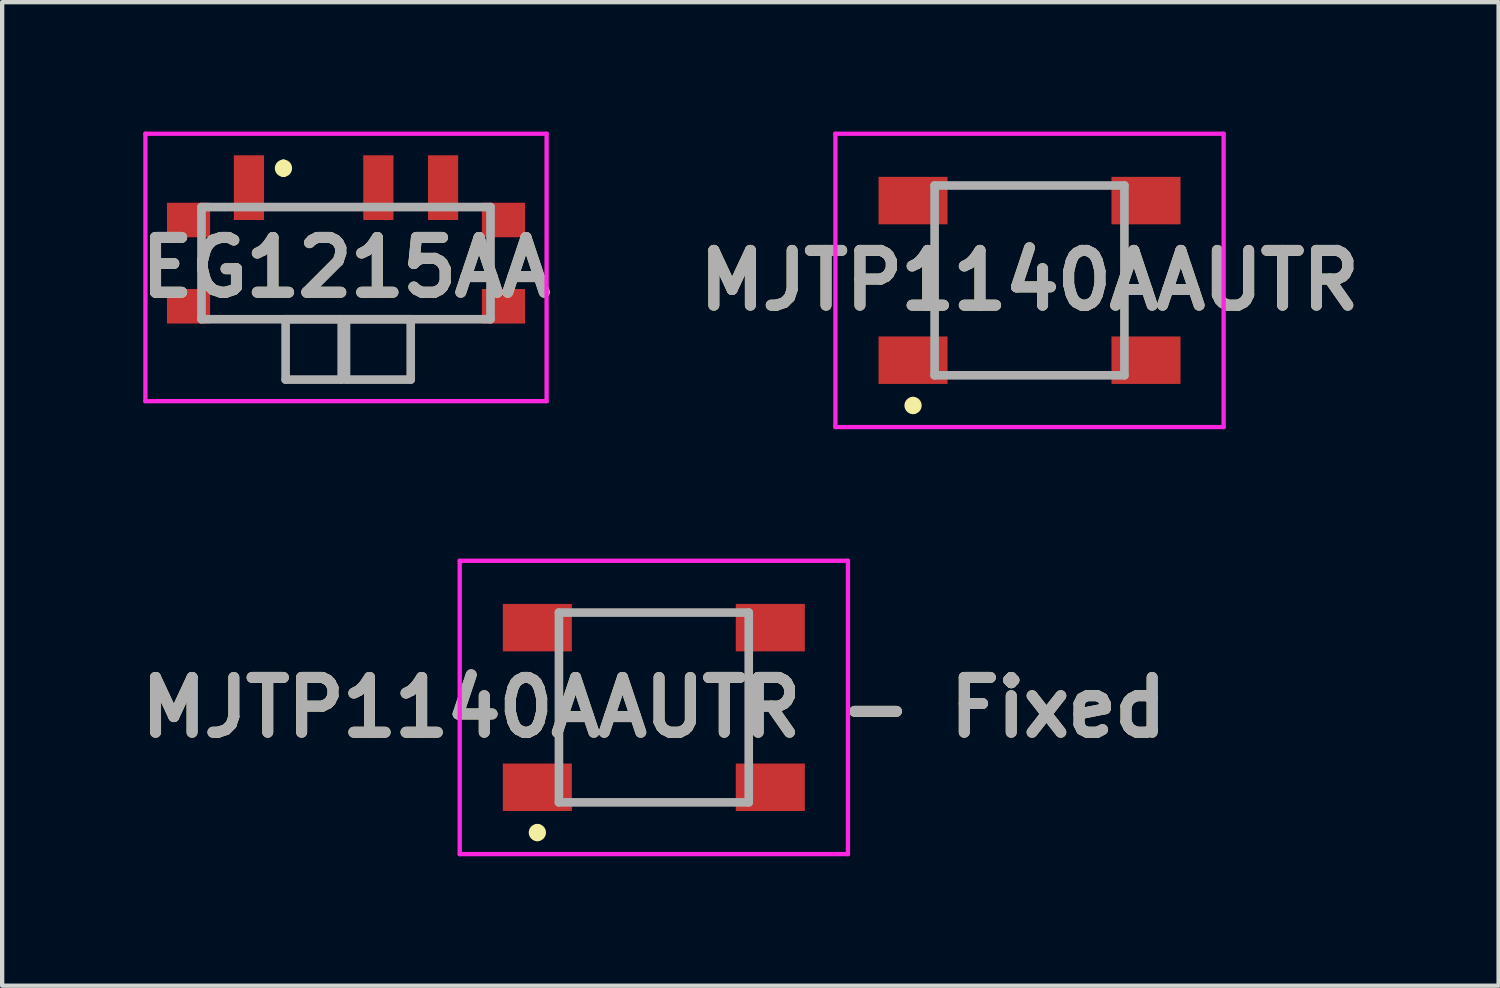
<source format=kicad_pcb>
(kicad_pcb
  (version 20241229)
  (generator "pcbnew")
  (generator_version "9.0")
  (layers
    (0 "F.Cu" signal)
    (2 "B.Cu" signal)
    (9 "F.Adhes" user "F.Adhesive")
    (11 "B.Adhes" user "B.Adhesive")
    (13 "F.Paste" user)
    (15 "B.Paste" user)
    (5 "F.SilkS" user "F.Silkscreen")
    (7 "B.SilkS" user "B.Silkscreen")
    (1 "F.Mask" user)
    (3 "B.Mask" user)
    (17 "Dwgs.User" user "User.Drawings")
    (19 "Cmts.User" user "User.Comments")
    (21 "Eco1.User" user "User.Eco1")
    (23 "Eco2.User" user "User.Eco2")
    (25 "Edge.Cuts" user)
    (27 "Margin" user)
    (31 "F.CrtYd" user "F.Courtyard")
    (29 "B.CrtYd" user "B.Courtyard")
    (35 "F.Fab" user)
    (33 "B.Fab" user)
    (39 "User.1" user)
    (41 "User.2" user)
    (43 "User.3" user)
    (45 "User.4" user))
  (footprint "EG1215AA"
    (layer "F.Cu")
    (at 4.971 3.05)
    (property "Reference" "EG1215AA" (at 0 0.1 0) (layer "F.SilkS") (effects (font (size 1.27 1.27) (thickness 0.254))))
    (attr through_hole)
    (fp_line (start -3.35 -0.2) (end -3.35 0.2) (stroke (width 0.1) (type solid)) (layer "F.SilkS"))
    (fp_line (start -2.7 1.3) (end 2.7 1.3) (stroke (width 0.1) (type solid)) (layer "F.SilkS"))
    (fp_line (start -1.5 -1.3) (end 0 -1.3) (stroke (width 0.1) (type solid)) (layer "F.SilkS"))
    (fp_line (start -1.45 -2.3) (end -1.45 -2.3) (stroke (width 0.2) (type solid)) (layer "F.SilkS"))
    (fp_line (start -1.45 -2.1) (end -1.45 -2.1) (stroke (width 0.2) (type solid)) (layer "F.SilkS"))
    (fp_line (start 3.35 -0.2) (end 3.35 0.2) (stroke (width 0.1) (type solid)) (layer "F.SilkS"))
    (fp_arc (start -1.45 -2.3) (mid -1.35 -2.2) (end -1.45 -2.1) (stroke (width 0.2) (type solid)) (layer "F.SilkS"))
    (fp_arc (start -1.45 -2.1) (mid -1.55 -2.2) (end -1.45 -2.3) (stroke (width 0.2) (type solid)) (layer "F.SilkS"))
    (fp_line (start -4.65 -3) (end 4.65 -3) (stroke (width 0.1) (type solid)) (layer "F.CrtYd"))
    (fp_line (start -4.65 3.2) (end -4.65 -3) (stroke (width 0.1) (type solid)) (layer "F.CrtYd"))
    (fp_line (start 4.65 -3) (end 4.65 3.2) (stroke (width 0.1) (type solid)) (layer "F.CrtYd"))
    (fp_line (start 4.65 3.2) (end -4.65 3.2) (stroke (width 0.1) (type solid)) (layer "F.CrtYd"))
    (fp_line (start -3.35 -1.3) (end 3.35 -1.3) (stroke (width 0.2) (type solid)) (layer "F.Fab"))
    (fp_line (start -3.35 1.3) (end -3.35 -1.3) (stroke (width 0.2) (type solid)) (layer "F.Fab"))
    (fp_line (start -1.4 1.3) (end -0.1 1.3) (stroke (width 0.2) (type solid)) (layer "F.Fab"))
    (fp_line (start -1.4 2.7) (end -1.4 1.3) (stroke (width 0.2) (type solid)) (layer "F.Fab"))
    (fp_line (start -0.1 1.3) (end -0.1 2.7) (stroke (width 0.2) (type solid)) (layer "F.Fab"))
    (fp_line (start -0.1 2.7) (end -1.4 2.7) (stroke (width 0.2) (type solid)) (layer "F.Fab"))
    (fp_line (start 0 1.3) (end 1.5 1.3) (stroke (width 0.2) (type solid)) (layer "F.Fab"))
    (fp_line (start 0 2.7) (end 0 1.3) (stroke (width 0.2) (type solid)) (layer "F.Fab"))
    (fp_line (start 1.5 1.3) (end 1.5 2.7) (stroke (width 0.2) (type solid)) (layer "F.Fab"))
    (fp_line (start 1.5 2.7) (end 0 2.7) (stroke (width 0.2) (type solid)) (layer "F.Fab"))
    (fp_line (start 3.35 -1.3) (end 3.35 1.3) (stroke (width 0.2) (type solid)) (layer "F.Fab"))
    (fp_line (start 3.35 1.3) (end -3.35 1.3) (stroke (width 0.2) (type solid)) (layer "F.Fab"))
    (fp_text user "${REFERENCE}" (at 0 0.1 0) (layer "F.Fab") (effects (font (size 1.27 1.27) (thickness 0.254))))
    (pad "" np_thru_hole circle (at -1.5 0) (size 0.001 0.001) (drill 0.9) (layers "*.Cu" "*.Mask"))
    (pad "" np_thru_hole circle (at 1.5 0) (size 0.001 0.001) (drill 0.9) (layers "*.Cu" "*.Mask"))
    (pad "1" smd rect (at -2.25 -1.75) (size 0.7 1.5) (layers "F.Cu" "F.Mask" "F.Paste"))
    (pad "2" smd rect (at 0.75 -1.75) (size 0.7 1.5) (layers "F.Cu" "F.Mask" "F.Paste"))
    (pad "3" smd rect (at 2.25 -1.75) (size 0.7 1.5) (layers "F.Cu" "F.Mask" "F.Paste"))
    (pad "MP1" smd rect (at -3.65 -1 90) (size 0.8 1) (layers "F.Cu" "F.Mask" "F.Paste"))
    (pad "MP2" smd rect (at 3.65 -1 90) (size 0.8 1) (layers "F.Cu" "F.Mask" "F.Paste"))
    (pad "MP3" smd rect (at -3.65 1 90) (size 0.8 1) (layers "F.Cu" "F.Mask" "F.Paste"))
    (pad "MP4" smd rect (at 3.65 1 90) (size 0.8 1) (layers "F.Cu" "F.Mask" "F.Paste")))
  (footprint "MJTP1140AAUTR - Fixed"
    (layer "F.Cu")
    (at 12.107 13.35)
    (property "Reference" "MJTP1140AAUTR - Fixed" (at 0 0 0) (layer "F.SilkS") (effects (font (size 1.27 1.27) (thickness 0.254))))
    (attr smd)
    (fp_line (start -2.7 2.8) (end -2.7 2.8) (stroke (width 0.2) (type solid)) (layer "F.SilkS"))
    (fp_line (start -2.7 3) (end -2.7 3) (stroke (width 0.2) (type solid)) (layer "F.SilkS"))
    (fp_line (start -2.2 1) (end -2.2 -1) (stroke (width 0.1) (type solid)) (layer "F.SilkS"))
    (fp_line (start -1.5 -2.2) (end 1.5 -2.2) (stroke (width 0.1) (type solid)) (layer "F.SilkS"))
    (fp_line (start -1.5 2.2) (end 1.5 2.2) (stroke (width 0.1) (type solid)) (layer "F.SilkS"))
    (fp_line (start 2.2 1) (end 2.2 -1) (stroke (width 0.1) (type solid)) (layer "F.SilkS"))
    (fp_arc (start -2.7 2.8) (mid -2.6 2.9) (end -2.7 3) (stroke (width 0.2) (type solid)) (layer "F.SilkS"))
    (fp_arc (start -2.7 3) (mid -2.8 2.9) (end -2.7 2.8) (stroke (width 0.2) (type solid)) (layer "F.SilkS"))
    (fp_line (start -4.5 -3.4) (end 4.5 -3.4) (stroke (width 0.1) (type solid)) (layer "F.CrtYd"))
    (fp_line (start -4.5 3.4) (end -4.5 -3.4) (stroke (width 0.1) (type solid)) (layer "F.CrtYd"))
    (fp_line (start 4.5 -3.4) (end 4.5 3.4) (stroke (width 0.1) (type solid)) (layer "F.CrtYd"))
    (fp_line (start 4.5 3.4) (end -4.5 3.4) (stroke (width 0.1) (type solid)) (layer "F.CrtYd"))
    (fp_line (start -2.2 -2.2) (end 2.2 -2.2) (stroke (width 0.2) (type solid)) (layer "F.Fab"))
    (fp_line (start -2.2 2.2) (end -2.2 -2.2) (stroke (width 0.2) (type solid)) (layer "F.Fab"))
    (fp_line (start 2.2 -2.2) (end 2.2 2.2) (stroke (width 0.2) (type solid)) (layer "F.Fab"))
    (fp_line (start 2.2 2.2) (end -2.2 2.2) (stroke (width 0.2) (type solid)) (layer "F.Fab"))
    (fp_text user "${REFERENCE}" (at 0 0 0) (layer "F.Fab") (effects (font (size 1.27 1.27) (thickness 0.254))))
    (pad "1" smd rect (at -2.7 1.85 90) (size 1.1 1.6) (layers "F.Cu" "F.Mask" "F.Paste"))
    (pad "2" smd rect (at -2.7 -1.85 90) (size 1.1 1.6) (layers "F.Cu" "F.Mask" "F.Paste"))
    (pad "3" smd rect (at 2.7 -1.85 90) (size 1.1 1.6) (layers "F.Cu" "F.Mask" "F.Paste"))
    (pad "4" smd rect (at 2.7 1.85 90) (size 1.1 1.6) (layers "F.Cu" "F.Mask" "F.Paste")))
  (footprint "MJTP1140AAUTR"
    (layer "F.Cu")
    (at 20.816 3.45)
    (property "Reference" "MJTP1140AAUTR" (at 0 0 0) (layer "F.SilkS") (effects (font (size 1.27 1.27) (thickness 0.254))))
    (attr smd)
    (fp_line (start -2.7 2.8) (end -2.7 2.8) (stroke (width 0.2) (type solid)) (layer "F.SilkS"))
    (fp_line (start -2.7 3) (end -2.7 3) (stroke (width 0.2) (type solid)) (layer "F.SilkS"))
    (fp_line (start -2.2 1) (end -2.2 -1) (stroke (width 0.1) (type solid)) (layer "F.SilkS"))
    (fp_line (start -1.5 -2.2) (end 1.5 -2.2) (stroke (width 0.1) (type solid)) (layer "F.SilkS"))
    (fp_line (start -1.5 2.2) (end 1.5 2.2) (stroke (width 0.1) (type solid)) (layer "F.SilkS"))
    (fp_line (start 2.2 1) (end 2.2 -1) (stroke (width 0.1) (type solid)) (layer "F.SilkS"))
    (fp_arc (start -2.7 2.8) (mid -2.6 2.9) (end -2.7 3) (stroke (width 0.2) (type solid)) (layer "F.SilkS"))
    (fp_arc (start -2.7 3) (mid -2.8 2.9) (end -2.7 2.8) (stroke (width 0.2) (type solid)) (layer "F.SilkS"))
    (fp_line (start -4.5 -3.4) (end 4.5 -3.4) (stroke (width 0.1) (type solid)) (layer "F.CrtYd"))
    (fp_line (start -4.5 3.4) (end -4.5 -3.4) (stroke (width 0.1) (type solid)) (layer "F.CrtYd"))
    (fp_line (start 4.5 -3.4) (end 4.5 3.4) (stroke (width 0.1) (type solid)) (layer "F.CrtYd"))
    (fp_line (start 4.5 3.4) (end -4.5 3.4) (stroke (width 0.1) (type solid)) (layer "F.CrtYd"))
    (fp_line (start -2.2 -2.2) (end 2.2 -2.2) (stroke (width 0.2) (type solid)) (layer "F.Fab"))
    (fp_line (start -2.2 2.2) (end -2.2 -2.2) (stroke (width 0.2) (type solid)) (layer "F.Fab"))
    (fp_line (start 2.2 -2.2) (end 2.2 2.2) (stroke (width 0.2) (type solid)) (layer "F.Fab"))
    (fp_line (start 2.2 2.2) (end -2.2 2.2) (stroke (width 0.2) (type solid)) (layer "F.Fab"))
    (fp_text user "${REFERENCE}" (at 0 0 0) (layer "F.Fab") (effects (font (size 1.27 1.27) (thickness 0.254))))
    (pad "1" smd rect (at -2.7 1.85 90) (size 1.1 1.6) (layers "F.Cu" "F.Mask" "F.Paste"))
    (pad "2" smd rect (at 2.7 1.85 90) (size 1.1 1.6) (layers "F.Cu" "F.Mask" "F.Paste"))
    (pad "3" smd rect (at 2.7 -1.85 90) (size 1.1 1.6) (layers "F.Cu" "F.Mask" "F.Paste"))
    (pad "4" smd rect (at -2.7 -1.85 90) (size 1.1 1.6) (layers "F.Cu" "F.Mask" "F.Paste")))
  (gr_rect
    (start -3 -3)
    (end 31.69 19.8)
    (stroke (width 0.1) (type default))
    (fill no)
    (layer "Edge.Cuts")))
</source>
